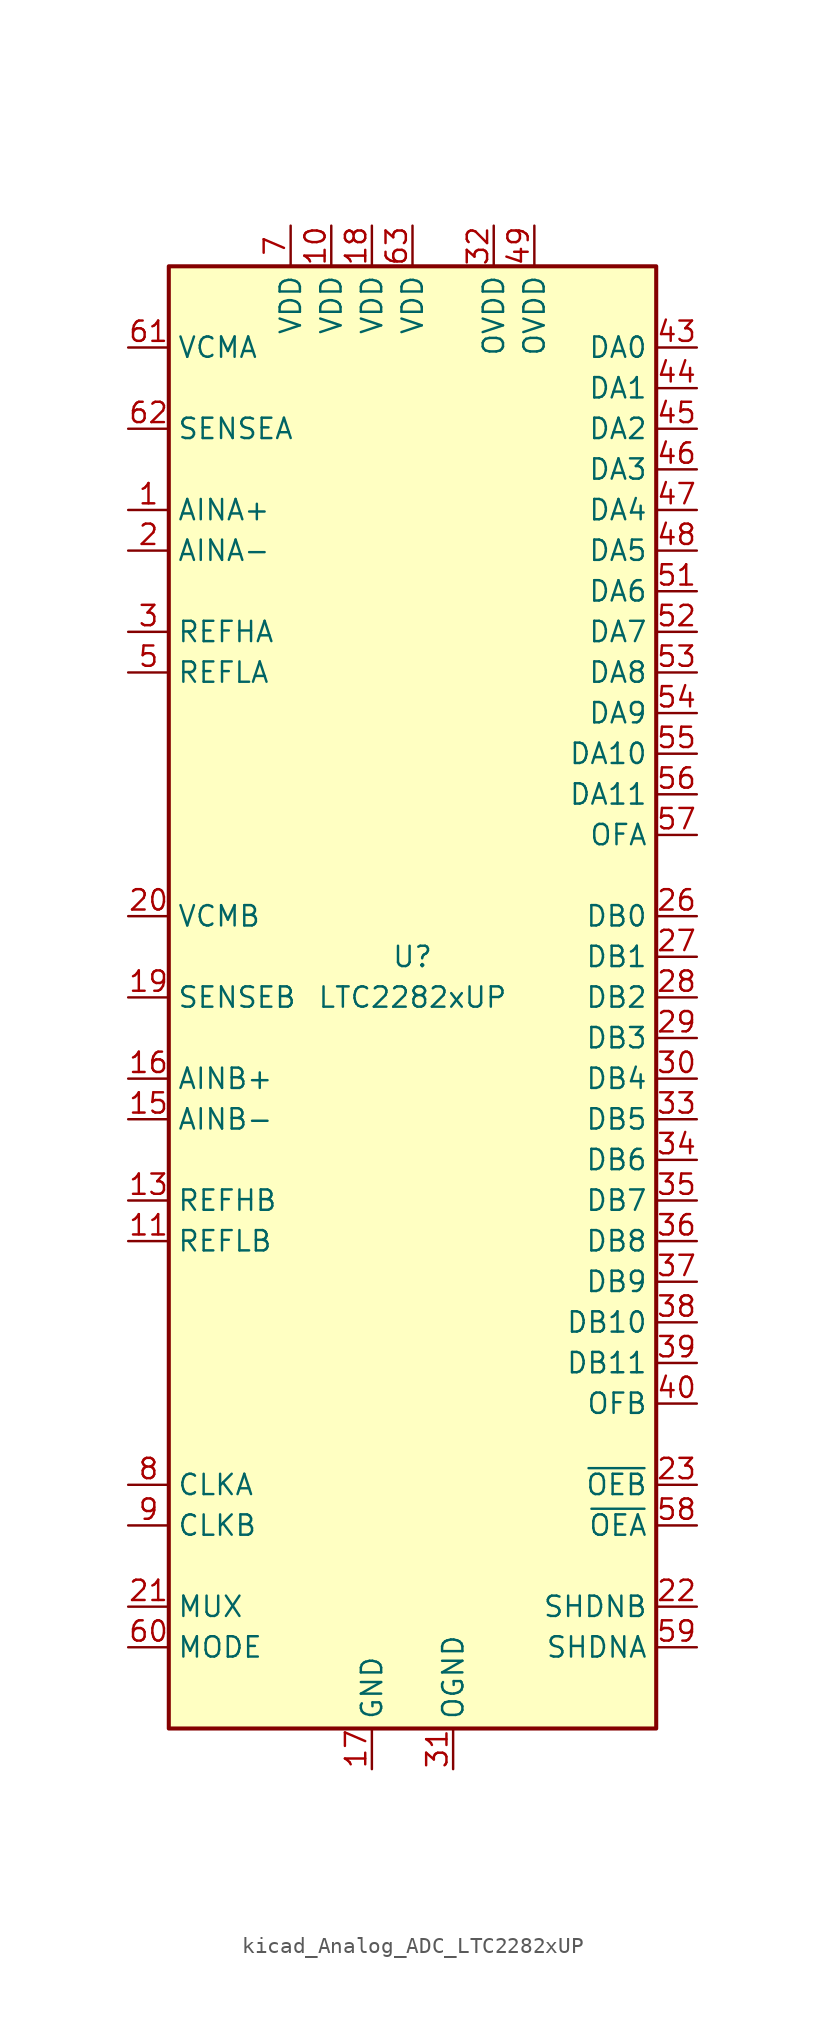
<source format=kicad_sym>
(kicad_symbol_lib
  (version 20220914)
  (generator kicad_symbol_editor)
  (symbol "kicad_Analog_ADC_LTC2282xUP"
    (property "Reference" "U"
      (at 0 2.54 0)
      (effects (font (size 1.27 1.27))))
    (property "Value" "LTC2282xUP"
      (at 0 0 0)
      (effects (font (size 1.27 1.27))))
    (symbol "kicad_Analog_ADC_LTC2282xUP_0_1"
      (rectangle (start -15.24 45.72) (end 15.24 -45.72) (stroke (width 0.254) (type default)) (fill (type background))))
    (symbol "kicad_Analog_ADC_LTC2282xUP_1_1"
      (pin input line (at -17.78 30.48 0) (length 2.54) (name "AINA+" (effects (font (size 1.27 1.27)))) (number "1" (effects (font (size 1.27 1.27)))))
      (pin power_in line (at -5.08 48.26 270) (length 2.54) (name "VDD" (effects (font (size 1.27 1.27)))) (number "10" (effects (font (size 1.27 1.27)))))
      (pin input line (at -17.78 -15.24 0) (length 2.54) (name "REFLB" (effects (font (size 1.27 1.27)))) (number "11" (effects (font (size 1.27 1.27)))))
      (pin input line (at -17.78 -15.24 0) (length 2.54) hide (name "REFLB" (effects (font (size 1.27 1.27)))) (number "12" (effects (font (size 1.27 1.27)))))
      (pin input line (at -17.78 -12.7 0) (length 2.54) (name "REFHB" (effects (font (size 1.27 1.27)))) (number "13" (effects (font (size 1.27 1.27)))))
      (pin input line (at -17.78 -12.7 0) (length 2.54) hide (name "REFHB" (effects (font (size 1.27 1.27)))) (number "14" (effects (font (size 1.27 1.27)))))
      (pin input line (at -17.78 -7.62 0) (length 2.54) (name "AINB-" (effects (font (size 1.27 1.27)))) (number "15" (effects (font (size 1.27 1.27)))))
      (pin input line (at -17.78 -5.08 0) (length 2.54) (name "AINB+" (effects (font (size 1.27 1.27)))) (number "16" (effects (font (size 1.27 1.27)))))
      (pin power_in line (at -2.54 -48.26 90) (length 2.54) (name "GND" (effects (font (size 1.27 1.27)))) (number "17" (effects (font (size 1.27 1.27)))))
      (pin power_in line (at -2.54 48.26 270) (length 2.54) (name "VDD" (effects (font (size 1.27 1.27)))) (number "18" (effects (font (size 1.27 1.27)))))
      (pin input line (at -17.78 0 0) (length 2.54) (name "SENSEB" (effects (font (size 1.27 1.27)))) (number "19" (effects (font (size 1.27 1.27)))))
      (pin input line (at -17.78 27.94 0) (length 2.54) (name "AINA-" (effects (font (size 1.27 1.27)))) (number "2" (effects (font (size 1.27 1.27)))))
      (pin passive line (at -17.78 5.08 0) (length 2.54) (name "VCMB" (effects (font (size 1.27 1.27)))) (number "20" (effects (font (size 1.27 1.27)))))
      (pin input line (at -17.78 -38.1 0) (length 2.54) (name "MUX" (effects (font (size 1.27 1.27)))) (number "21" (effects (font (size 1.27 1.27)))))
      (pin input line (at 17.78 -38.1 180) (length 2.54) (name "SHDNB" (effects (font (size 1.27 1.27)))) (number "22" (effects (font (size 1.27 1.27)))))
      (pin input line (at 17.78 -30.48 180) (length 2.54) (name "~{OEB}" (effects (font (size 1.27 1.27)))) (number "23" (effects (font (size 1.27 1.27)))))
      (pin no_connect line (at -15.24 -20.32 0) (length 2.54) hide (name "NC" (effects (font (size 1.27 1.27)))) (number "24" (effects (font (size 1.27 1.27)))))
      (pin no_connect line (at -15.24 -22.86 0) (length 2.54) hide (name "NC" (effects (font (size 1.27 1.27)))) (number "25" (effects (font (size 1.27 1.27)))))
      (pin output line (at 17.78 5.08 180) (length 2.54) (name "DB0" (effects (font (size 1.27 1.27)))) (number "26" (effects (font (size 1.27 1.27)))))
      (pin output line (at 17.78 2.54 180) (length 2.54) (name "DB1" (effects (font (size 1.27 1.27)))) (number "27" (effects (font (size 1.27 1.27)))))
      (pin output line (at 17.78 0 180) (length 2.54) (name "DB2" (effects (font (size 1.27 1.27)))) (number "28" (effects (font (size 1.27 1.27)))))
      (pin output line (at 17.78 -2.54 180) (length 2.54) (name "DB3" (effects (font (size 1.27 1.27)))) (number "29" (effects (font (size 1.27 1.27)))))
      (pin input line (at -17.78 22.86 0) (length 2.54) (name "REFHA" (effects (font (size 1.27 1.27)))) (number "3" (effects (font (size 1.27 1.27)))))
      (pin output line (at 17.78 -5.08 180) (length 2.54) (name "DB4" (effects (font (size 1.27 1.27)))) (number "30" (effects (font (size 1.27 1.27)))))
      (pin power_in line (at 2.54 -48.26 90) (length 2.54) (name "OGND" (effects (font (size 1.27 1.27)))) (number "31" (effects (font (size 1.27 1.27)))))
      (pin power_in line (at 5.08 48.26 270) (length 2.54) (name "OVDD" (effects (font (size 1.27 1.27)))) (number "32" (effects (font (size 1.27 1.27)))))
      (pin output line (at 17.78 -7.62 180) (length 2.54) (name "DB5" (effects (font (size 1.27 1.27)))) (number "33" (effects (font (size 1.27 1.27)))))
      (pin output line (at 17.78 -10.16 180) (length 2.54) (name "DB6" (effects (font (size 1.27 1.27)))) (number "34" (effects (font (size 1.27 1.27)))))
      (pin output line (at 17.78 -12.7 180) (length 2.54) (name "DB7" (effects (font (size 1.27 1.27)))) (number "35" (effects (font (size 1.27 1.27)))))
      (pin output line (at 17.78 -15.24 180) (length 2.54) (name "DB8" (effects (font (size 1.27 1.27)))) (number "36" (effects (font (size 1.27 1.27)))))
      (pin output line (at 17.78 -17.78 180) (length 2.54) (name "DB9" (effects (font (size 1.27 1.27)))) (number "37" (effects (font (size 1.27 1.27)))))
      (pin output line (at 17.78 -20.32 180) (length 2.54) (name "DB10" (effects (font (size 1.27 1.27)))) (number "38" (effects (font (size 1.27 1.27)))))
      (pin output line (at 17.78 -22.86 180) (length 2.54) (name "DB11" (effects (font (size 1.27 1.27)))) (number "39" (effects (font (size 1.27 1.27)))))
      (pin input line (at -17.78 22.86 0) (length 2.54) hide (name "REFHA" (effects (font (size 1.27 1.27)))) (number "4" (effects (font (size 1.27 1.27)))))
      (pin output line (at 17.78 -25.4 180) (length 2.54) (name "OFB" (effects (font (size 1.27 1.27)))) (number "40" (effects (font (size 1.27 1.27)))))
      (pin no_connect line (at -15.24 -25.4 0) (length 2.54) hide (name "NC" (effects (font (size 1.27 1.27)))) (number "41" (effects (font (size 1.27 1.27)))))
      (pin no_connect line (at -15.24 -27.94 0) (length 2.54) hide (name "NC" (effects (font (size 1.27 1.27)))) (number "42" (effects (font (size 1.27 1.27)))))
      (pin output line (at 17.78 40.64 180) (length 2.54) (name "DA0" (effects (font (size 1.27 1.27)))) (number "43" (effects (font (size 1.27 1.27)))))
      (pin output line (at 17.78 38.1 180) (length 2.54) (name "DA1" (effects (font (size 1.27 1.27)))) (number "44" (effects (font (size 1.27 1.27)))))
      (pin output line (at 17.78 35.56 180) (length 2.54) (name "DA2" (effects (font (size 1.27 1.27)))) (number "45" (effects (font (size 1.27 1.27)))))
      (pin output line (at 17.78 33.02 180) (length 2.54) (name "DA3" (effects (font (size 1.27 1.27)))) (number "46" (effects (font (size 1.27 1.27)))))
      (pin output line (at 17.78 30.48 180) (length 2.54) (name "DA4" (effects (font (size 1.27 1.27)))) (number "47" (effects (font (size 1.27 1.27)))))
      (pin output line (at 17.78 27.94 180) (length 2.54) (name "DA5" (effects (font (size 1.27 1.27)))) (number "48" (effects (font (size 1.27 1.27)))))
      (pin power_in line (at 7.62 48.26 270) (length 2.54) (name "OVDD" (effects (font (size 1.27 1.27)))) (number "49" (effects (font (size 1.27 1.27)))))
      (pin input line (at -17.78 20.32 0) (length 2.54) (name "REFLA" (effects (font (size 1.27 1.27)))) (number "5" (effects (font (size 1.27 1.27)))))
      (pin passive line (at 2.54 -48.26 90) (length 2.54) hide (name "OGND" (effects (font (size 1.27 1.27)))) (number "50" (effects (font (size 1.27 1.27)))))
      (pin output line (at 17.78 25.4 180) (length 2.54) (name "DA6" (effects (font (size 1.27 1.27)))) (number "51" (effects (font (size 1.27 1.27)))))
      (pin output line (at 17.78 22.86 180) (length 2.54) (name "DA7" (effects (font (size 1.27 1.27)))) (number "52" (effects (font (size 1.27 1.27)))))
      (pin output line (at 17.78 20.32 180) (length 2.54) (name "DA8" (effects (font (size 1.27 1.27)))) (number "53" (effects (font (size 1.27 1.27)))))
      (pin output line (at 17.78 17.78 180) (length 2.54) (name "DA9" (effects (font (size 1.27 1.27)))) (number "54" (effects (font (size 1.27 1.27)))))
      (pin output line (at 17.78 15.24 180) (length 2.54) (name "DA10" (effects (font (size 1.27 1.27)))) (number "55" (effects (font (size 1.27 1.27)))))
      (pin output line (at 17.78 12.7 180) (length 2.54) (name "DA11" (effects (font (size 1.27 1.27)))) (number "56" (effects (font (size 1.27 1.27)))))
      (pin output line (at 17.78 10.16 180) (length 2.54) (name "OFA" (effects (font (size 1.27 1.27)))) (number "57" (effects (font (size 1.27 1.27)))))
      (pin input line (at 17.78 -33.02 180) (length 2.54) (name "~{OEA}" (effects (font (size 1.27 1.27)))) (number "58" (effects (font (size 1.27 1.27)))))
      (pin input line (at 17.78 -40.64 180) (length 2.54) (name "SHDNA" (effects (font (size 1.27 1.27)))) (number "59" (effects (font (size 1.27 1.27)))))
      (pin input line (at -17.78 20.32 0) (length 2.54) hide (name "REFLA" (effects (font (size 1.27 1.27)))) (number "6" (effects (font (size 1.27 1.27)))))
      (pin input line (at -17.78 -40.64 0) (length 2.54) (name "MODE" (effects (font (size 1.27 1.27)))) (number "60" (effects (font (size 1.27 1.27)))))
      (pin passive line (at -17.78 40.64 0) (length 2.54) (name "VCMA" (effects (font (size 1.27 1.27)))) (number "61" (effects (font (size 1.27 1.27)))))
      (pin input line (at -17.78 35.56 0) (length 2.54) (name "SENSEA" (effects (font (size 1.27 1.27)))) (number "62" (effects (font (size 1.27 1.27)))))
      (pin power_in line (at 0 48.26 270) (length 2.54) (name "VDD" (effects (font (size 1.27 1.27)))) (number "63" (effects (font (size 1.27 1.27)))))
      (pin passive line (at -2.54 -48.26 90) (length 2.54) hide (name "GND" (effects (font (size 1.27 1.27)))) (number "64" (effects (font (size 1.27 1.27)))))
      (pin passive line (at -2.54 -48.26 90) (length 2.54) hide (name "GND" (effects (font (size 1.27 1.27)))) (number "65" (effects (font (size 1.27 1.27)))))
      (pin power_in line (at -7.62 48.26 270) (length 2.54) (name "VDD" (effects (font (size 1.27 1.27)))) (number "7" (effects (font (size 1.27 1.27)))))
      (pin input line (at -17.78 -30.48 0) (length 2.54) (name "CLKA" (effects (font (size 1.27 1.27)))) (number "8" (effects (font (size 1.27 1.27)))))
      (pin input line (at -17.78 -33.02 0) (length 2.54) (name "CLKB" (effects (font (size 1.27 1.27)))) (number "9" (effects (font (size 1.27 1.27))))))))
</source>
